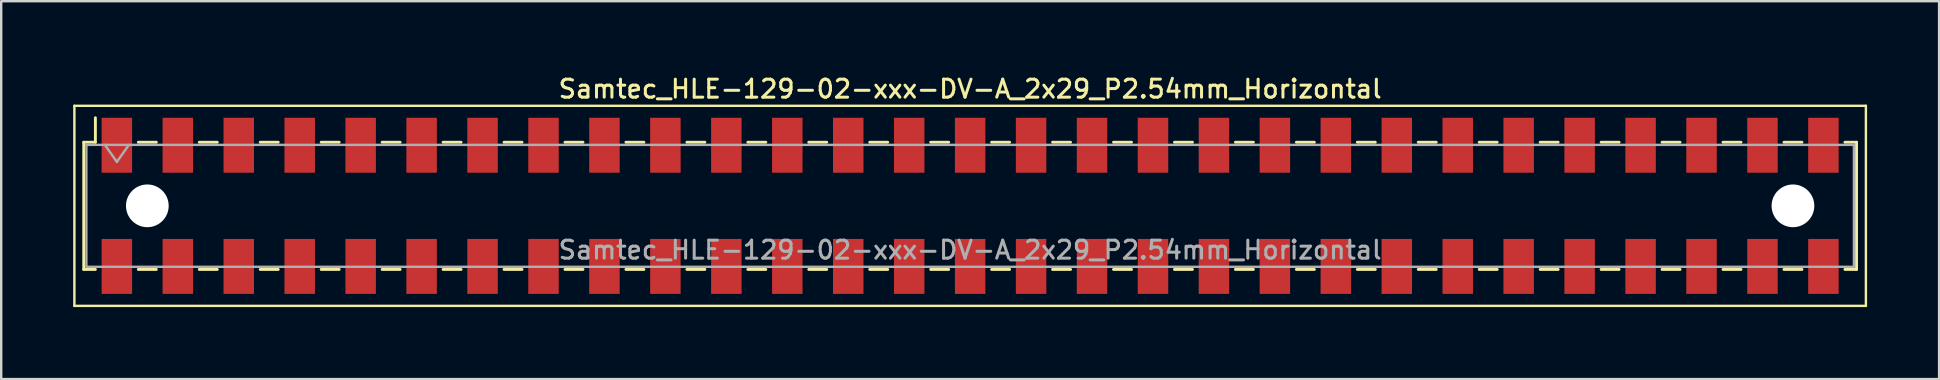
<source format=kicad_pcb>
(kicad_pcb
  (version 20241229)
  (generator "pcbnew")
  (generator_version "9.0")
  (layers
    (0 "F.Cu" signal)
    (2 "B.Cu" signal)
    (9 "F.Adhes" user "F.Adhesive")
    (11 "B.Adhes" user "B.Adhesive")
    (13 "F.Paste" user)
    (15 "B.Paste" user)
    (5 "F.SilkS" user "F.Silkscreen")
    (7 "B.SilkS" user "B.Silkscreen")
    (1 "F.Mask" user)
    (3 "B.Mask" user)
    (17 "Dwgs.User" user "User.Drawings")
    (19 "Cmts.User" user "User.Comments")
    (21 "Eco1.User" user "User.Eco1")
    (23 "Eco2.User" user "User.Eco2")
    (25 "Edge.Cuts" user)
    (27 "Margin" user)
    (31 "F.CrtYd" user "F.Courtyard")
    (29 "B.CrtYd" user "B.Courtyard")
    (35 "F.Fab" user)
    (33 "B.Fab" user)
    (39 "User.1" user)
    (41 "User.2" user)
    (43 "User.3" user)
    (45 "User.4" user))
  (footprint "Samtec_HLE-129-02-xxx-DV-A_2x29_P2.54mm_Horizontal"
    (layer "F.Cu")
    (at 37.38 5.528)
    (property "Reference" "Samtec_HLE-129-02-xxx-DV-A_2x29_P2.54mm_Horizontal" (at 0 -4.87 0) (layer "F.SilkS") (effects (font (size 0.75 0.75) (thickness 0.125))))
    (attr smd)
    (fp_line (start -37.33 -4.17) (end 37.33 -4.17) (stroke (width 0.1) (type solid)) (layer "F.SilkS"))
    (fp_line (start -37.33 4.17) (end -37.33 -4.17) (stroke (width 0.1) (type solid)) (layer "F.SilkS"))
    (fp_line (start -36.94 -2.65) (end -36.94 2.65) (stroke (width 0.12) (type solid)) (layer "F.SilkS"))
    (fp_line (start -36.94 2.65) (end -36.455 2.65) (stroke (width 0.12) (type solid)) (layer "F.SilkS"))
    (fp_line (start -36.455 -3.67) (end -36.455 -2.65) (stroke (width 0.12) (type solid)) (layer "F.SilkS"))
    (fp_line (start -36.455 -2.65) (end -36.94 -2.65) (stroke (width 0.12) (type solid)) (layer "F.SilkS"))
    (fp_line (start -34.665 -2.65) (end -33.915 -2.65) (stroke (width 0.12) (type solid)) (layer "F.SilkS"))
    (fp_line (start -34.665 2.65) (end -33.915 2.65) (stroke (width 0.12) (type solid)) (layer "F.SilkS"))
    (fp_line (start -32.125 -2.65) (end -31.375 -2.65) (stroke (width 0.12) (type solid)) (layer "F.SilkS"))
    (fp_line (start -32.125 2.65) (end -31.375 2.65) (stroke (width 0.12) (type solid)) (layer "F.SilkS"))
    (fp_line (start -29.585 -2.65) (end -28.835 -2.65) (stroke (width 0.12) (type solid)) (layer "F.SilkS"))
    (fp_line (start -29.585 2.65) (end -28.835 2.65) (stroke (width 0.12) (type solid)) (layer "F.SilkS"))
    (fp_line (start -27.045 -2.65) (end -26.295 -2.65) (stroke (width 0.12) (type solid)) (layer "F.SilkS"))
    (fp_line (start -27.045 2.65) (end -26.295 2.65) (stroke (width 0.12) (type solid)) (layer "F.SilkS"))
    (fp_line (start -24.505 -2.65) (end -23.755 -2.65) (stroke (width 0.12) (type solid)) (layer "F.SilkS"))
    (fp_line (start -24.505 2.65) (end -23.755 2.65) (stroke (width 0.12) (type solid)) (layer "F.SilkS"))
    (fp_line (start -21.965 -2.65) (end -21.215 -2.65) (stroke (width 0.12) (type solid)) (layer "F.SilkS"))
    (fp_line (start -21.965 2.65) (end -21.215 2.65) (stroke (width 0.12) (type solid)) (layer "F.SilkS"))
    (fp_line (start -19.425 -2.65) (end -18.675 -2.65) (stroke (width 0.12) (type solid)) (layer "F.SilkS"))
    (fp_line (start -19.425 2.65) (end -18.675 2.65) (stroke (width 0.12) (type solid)) (layer "F.SilkS"))
    (fp_line (start -16.885 -2.65) (end -16.135 -2.65) (stroke (width 0.12) (type solid)) (layer "F.SilkS"))
    (fp_line (start -16.885 2.65) (end -16.135 2.65) (stroke (width 0.12) (type solid)) (layer "F.SilkS"))
    (fp_line (start -14.345 -2.65) (end -13.595 -2.65) (stroke (width 0.12) (type solid)) (layer "F.SilkS"))
    (fp_line (start -14.345 2.65) (end -13.595 2.65) (stroke (width 0.12) (type solid)) (layer "F.SilkS"))
    (fp_line (start -11.805 -2.65) (end -11.055 -2.65) (stroke (width 0.12) (type solid)) (layer "F.SilkS"))
    (fp_line (start -11.805 2.65) (end -11.055 2.65) (stroke (width 0.12) (type solid)) (layer "F.SilkS"))
    (fp_line (start -9.265 -2.65) (end -8.515 -2.65) (stroke (width 0.12) (type solid)) (layer "F.SilkS"))
    (fp_line (start -9.265 2.65) (end -8.515 2.65) (stroke (width 0.12) (type solid)) (layer "F.SilkS"))
    (fp_line (start -6.725 -2.65) (end -5.975 -2.65) (stroke (width 0.12) (type solid)) (layer "F.SilkS"))
    (fp_line (start -6.725 2.65) (end -5.975 2.65) (stroke (width 0.12) (type solid)) (layer "F.SilkS"))
    (fp_line (start -4.185 -2.65) (end -3.435 -2.65) (stroke (width 0.12) (type solid)) (layer "F.SilkS"))
    (fp_line (start -4.185 2.65) (end -3.435 2.65) (stroke (width 0.12) (type solid)) (layer "F.SilkS"))
    (fp_line (start -1.645 -2.65) (end -0.895 -2.65) (stroke (width 0.12) (type solid)) (layer "F.SilkS"))
    (fp_line (start -1.645 2.65) (end -0.895 2.65) (stroke (width 0.12) (type solid)) (layer "F.SilkS"))
    (fp_line (start 0.895 -2.65) (end 1.645 -2.65) (stroke (width 0.12) (type solid)) (layer "F.SilkS"))
    (fp_line (start 0.895 2.65) (end 1.645 2.65) (stroke (width 0.12) (type solid)) (layer "F.SilkS"))
    (fp_line (start 3.435 -2.65) (end 4.185 -2.65) (stroke (width 0.12) (type solid)) (layer "F.SilkS"))
    (fp_line (start 3.435 2.65) (end 4.185 2.65) (stroke (width 0.12) (type solid)) (layer "F.SilkS"))
    (fp_line (start 5.975 -2.65) (end 6.725 -2.65) (stroke (width 0.12) (type solid)) (layer "F.SilkS"))
    (fp_line (start 5.975 2.65) (end 6.725 2.65) (stroke (width 0.12) (type solid)) (layer "F.SilkS"))
    (fp_line (start 8.515 -2.65) (end 9.265 -2.65) (stroke (width 0.12) (type solid)) (layer "F.SilkS"))
    (fp_line (start 8.515 2.65) (end 9.265 2.65) (stroke (width 0.12) (type solid)) (layer "F.SilkS"))
    (fp_line (start 11.055 -2.65) (end 11.805 -2.65) (stroke (width 0.12) (type solid)) (layer "F.SilkS"))
    (fp_line (start 11.055 2.65) (end 11.805 2.65) (stroke (width 0.12) (type solid)) (layer "F.SilkS"))
    (fp_line (start 13.595 -2.65) (end 14.345 -2.65) (stroke (width 0.12) (type solid)) (layer "F.SilkS"))
    (fp_line (start 13.595 2.65) (end 14.345 2.65) (stroke (width 0.12) (type solid)) (layer "F.SilkS"))
    (fp_line (start 16.135 -2.65) (end 16.885 -2.65) (stroke (width 0.12) (type solid)) (layer "F.SilkS"))
    (fp_line (start 16.135 2.65) (end 16.885 2.65) (stroke (width 0.12) (type solid)) (layer "F.SilkS"))
    (fp_line (start 18.675 -2.65) (end 19.425 -2.65) (stroke (width 0.12) (type solid)) (layer "F.SilkS"))
    (fp_line (start 18.675 2.65) (end 19.425 2.65) (stroke (width 0.12) (type solid)) (layer "F.SilkS"))
    (fp_line (start 21.215 -2.65) (end 21.965 -2.65) (stroke (width 0.12) (type solid)) (layer "F.SilkS"))
    (fp_line (start 21.215 2.65) (end 21.965 2.65) (stroke (width 0.12) (type solid)) (layer "F.SilkS"))
    (fp_line (start 23.755 -2.65) (end 24.505 -2.65) (stroke (width 0.12) (type solid)) (layer "F.SilkS"))
    (fp_line (start 23.755 2.65) (end 24.505 2.65) (stroke (width 0.12) (type solid)) (layer "F.SilkS"))
    (fp_line (start 26.295 -2.65) (end 27.045 -2.65) (stroke (width 0.12) (type solid)) (layer "F.SilkS"))
    (fp_line (start 26.295 2.65) (end 27.045 2.65) (stroke (width 0.12) (type solid)) (layer "F.SilkS"))
    (fp_line (start 28.835 -2.65) (end 29.585 -2.65) (stroke (width 0.12) (type solid)) (layer "F.SilkS"))
    (fp_line (start 28.835 2.65) (end 29.585 2.65) (stroke (width 0.12) (type solid)) (layer "F.SilkS"))
    (fp_line (start 31.375 -2.65) (end 32.125 -2.65) (stroke (width 0.12) (type solid)) (layer "F.SilkS"))
    (fp_line (start 31.375 2.65) (end 32.125 2.65) (stroke (width 0.12) (type solid)) (layer "F.SilkS"))
    (fp_line (start 33.915 -2.65) (end 34.665 -2.65) (stroke (width 0.12) (type solid)) (layer "F.SilkS"))
    (fp_line (start 33.915 2.65) (end 34.665 2.65) (stroke (width 0.12) (type solid)) (layer "F.SilkS"))
    (fp_line (start 36.455 -2.65) (end 36.94 -2.65) (stroke (width 0.12) (type solid)) (layer "F.SilkS"))
    (fp_line (start 36.94 -2.65) (end 36.94 2.65) (stroke (width 0.12) (type solid)) (layer "F.SilkS"))
    (fp_line (start 36.94 2.65) (end 36.455 2.65) (stroke (width 0.12) (type solid)) (layer "F.SilkS"))
    (fp_line (start 37.33 -4.17) (end 37.33 4.17) (stroke (width 0.1) (type solid)) (layer "F.SilkS"))
    (fp_line (start 37.33 4.17) (end -37.33 4.17) (stroke (width 0.1) (type solid)) (layer "F.SilkS"))
    (fp_line (start -36.83 -2.54) (end 36.83 -2.54) (stroke (width 0.1) (type solid)) (layer "F.Fab"))
    (fp_line (start -36.83 2.54) (end -36.83 -2.54) (stroke (width 0.1) (type solid)) (layer "F.Fab"))
    (fp_line (start -36.06 -2.54) (end -35.56 -1.833) (stroke (width 0.1) (type solid)) (layer "F.Fab"))
    (fp_line (start -35.56 -1.833) (end -35.06 -2.54) (stroke (width 0.1) (type solid)) (layer "F.Fab"))
    (fp_line (start 36.83 -2.54) (end 36.83 2.54) (stroke (width 0.1) (type solid)) (layer "F.Fab"))
    (fp_line (start 36.83 2.54) (end -36.83 2.54) (stroke (width 0.1) (type solid)) (layer "F.Fab"))
    (fp_text user "${REFERENCE}" (at 0 1.84 0) (layer "F.Fab") (effects (font (size 0.75 0.75) (thickness 0.125))))
    (pad "" np_thru_hole circle (at -34.29 0) (size 1.78 1.78) (drill 1.78) (layers "*.Cu" "*.Mask"))
    (pad "" np_thru_hole circle (at 34.29 0) (size 1.78 1.78) (drill 1.78) (layers "*.Cu" "*.Mask"))
    (pad "1" smd rect (at -35.56 -2.525) (size 1.27 2.29) (layers "F.Cu" "F.Mask" "F.Paste"))
    (pad "2" smd rect (at -35.56 2.525) (size 1.27 2.29) (layers "F.Cu" "F.Mask" "F.Paste"))
    (pad "3" smd rect (at -33.02 -2.525) (size 1.27 2.29) (layers "F.Cu" "F.Mask" "F.Paste"))
    (pad "4" smd rect (at -33.02 2.525) (size 1.27 2.29) (layers "F.Cu" "F.Mask" "F.Paste"))
    (pad "5" smd rect (at -30.48 -2.525) (size 1.27 2.29) (layers "F.Cu" "F.Mask" "F.Paste"))
    (pad "6" smd rect (at -30.48 2.525) (size 1.27 2.29) (layers "F.Cu" "F.Mask" "F.Paste"))
    (pad "7" smd rect (at -27.94 -2.525) (size 1.27 2.29) (layers "F.Cu" "F.Mask" "F.Paste"))
    (pad "8" smd rect (at -27.94 2.525) (size 1.27 2.29) (layers "F.Cu" "F.Mask" "F.Paste"))
    (pad "9" smd rect (at -25.4 -2.525) (size 1.27 2.29) (layers "F.Cu" "F.Mask" "F.Paste"))
    (pad "10" smd rect (at -25.4 2.525) (size 1.27 2.29) (layers "F.Cu" "F.Mask" "F.Paste"))
    (pad "11" smd rect (at -22.86 -2.525) (size 1.27 2.29) (layers "F.Cu" "F.Mask" "F.Paste"))
    (pad "12" smd rect (at -22.86 2.525) (size 1.27 2.29) (layers "F.Cu" "F.Mask" "F.Paste"))
    (pad "13" smd rect (at -20.32 -2.525) (size 1.27 2.29) (layers "F.Cu" "F.Mask" "F.Paste"))
    (pad "14" smd rect (at -20.32 2.525) (size 1.27 2.29) (layers "F.Cu" "F.Mask" "F.Paste"))
    (pad "15" smd rect (at -17.78 -2.525) (size 1.27 2.29) (layers "F.Cu" "F.Mask" "F.Paste"))
    (pad "16" smd rect (at -17.78 2.525) (size 1.27 2.29) (layers "F.Cu" "F.Mask" "F.Paste"))
    (pad "17" smd rect (at -15.24 -2.525) (size 1.27 2.29) (layers "F.Cu" "F.Mask" "F.Paste"))
    (pad "18" smd rect (at -15.24 2.525) (size 1.27 2.29) (layers "F.Cu" "F.Mask" "F.Paste"))
    (pad "19" smd rect (at -12.7 -2.525) (size 1.27 2.29) (layers "F.Cu" "F.Mask" "F.Paste"))
    (pad "20" smd rect (at -12.7 2.525) (size 1.27 2.29) (layers "F.Cu" "F.Mask" "F.Paste"))
    (pad "21" smd rect (at -10.16 -2.525) (size 1.27 2.29) (layers "F.Cu" "F.Mask" "F.Paste"))
    (pad "22" smd rect (at -10.16 2.525) (size 1.27 2.29) (layers "F.Cu" "F.Mask" "F.Paste"))
    (pad "23" smd rect (at -7.62 -2.525) (size 1.27 2.29) (layers "F.Cu" "F.Mask" "F.Paste"))
    (pad "24" smd rect (at -7.62 2.525) (size 1.27 2.29) (layers "F.Cu" "F.Mask" "F.Paste"))
    (pad "25" smd rect (at -5.08 -2.525) (size 1.27 2.29) (layers "F.Cu" "F.Mask" "F.Paste"))
    (pad "26" smd rect (at -5.08 2.525) (size 1.27 2.29) (layers "F.Cu" "F.Mask" "F.Paste"))
    (pad "27" smd rect (at -2.54 -2.525) (size 1.27 2.29) (layers "F.Cu" "F.Mask" "F.Paste"))
    (pad "28" smd rect (at -2.54 2.525) (size 1.27 2.29) (layers "F.Cu" "F.Mask" "F.Paste"))
    (pad "29" smd rect (at 0 -2.525) (size 1.27 2.29) (layers "F.Cu" "F.Mask" "F.Paste"))
    (pad "30" smd rect (at 0 2.525) (size 1.27 2.29) (layers "F.Cu" "F.Mask" "F.Paste"))
    (pad "31" smd rect (at 2.54 -2.525) (size 1.27 2.29) (layers "F.Cu" "F.Mask" "F.Paste"))
    (pad "32" smd rect (at 2.54 2.525) (size 1.27 2.29) (layers "F.Cu" "F.Mask" "F.Paste"))
    (pad "33" smd rect (at 5.08 -2.525) (size 1.27 2.29) (layers "F.Cu" "F.Mask" "F.Paste"))
    (pad "34" smd rect (at 5.08 2.525) (size 1.27 2.29) (layers "F.Cu" "F.Mask" "F.Paste"))
    (pad "35" smd rect (at 7.62 -2.525) (size 1.27 2.29) (layers "F.Cu" "F.Mask" "F.Paste"))
    (pad "36" smd rect (at 7.62 2.525) (size 1.27 2.29) (layers "F.Cu" "F.Mask" "F.Paste"))
    (pad "37" smd rect (at 10.16 -2.525) (size 1.27 2.29) (layers "F.Cu" "F.Mask" "F.Paste"))
    (pad "38" smd rect (at 10.16 2.525) (size 1.27 2.29) (layers "F.Cu" "F.Mask" "F.Paste"))
    (pad "39" smd rect (at 12.7 -2.525) (size 1.27 2.29) (layers "F.Cu" "F.Mask" "F.Paste"))
    (pad "40" smd rect (at 12.7 2.525) (size 1.27 2.29) (layers "F.Cu" "F.Mask" "F.Paste"))
    (pad "41" smd rect (at 15.24 -2.525) (size 1.27 2.29) (layers "F.Cu" "F.Mask" "F.Paste"))
    (pad "42" smd rect (at 15.24 2.525) (size 1.27 2.29) (layers "F.Cu" "F.Mask" "F.Paste"))
    (pad "43" smd rect (at 17.78 -2.525) (size 1.27 2.29) (layers "F.Cu" "F.Mask" "F.Paste"))
    (pad "44" smd rect (at 17.78 2.525) (size 1.27 2.29) (layers "F.Cu" "F.Mask" "F.Paste"))
    (pad "45" smd rect (at 20.32 -2.525) (size 1.27 2.29) (layers "F.Cu" "F.Mask" "F.Paste"))
    (pad "46" smd rect (at 20.32 2.525) (size 1.27 2.29) (layers "F.Cu" "F.Mask" "F.Paste"))
    (pad "47" smd rect (at 22.86 -2.525) (size 1.27 2.29) (layers "F.Cu" "F.Mask" "F.Paste"))
    (pad "48" smd rect (at 22.86 2.525) (size 1.27 2.29) (layers "F.Cu" "F.Mask" "F.Paste"))
    (pad "49" smd rect (at 25.4 -2.525) (size 1.27 2.29) (layers "F.Cu" "F.Mask" "F.Paste"))
    (pad "50" smd rect (at 25.4 2.525) (size 1.27 2.29) (layers "F.Cu" "F.Mask" "F.Paste"))
    (pad "51" smd rect (at 27.94 -2.525) (size 1.27 2.29) (layers "F.Cu" "F.Mask" "F.Paste"))
    (pad "52" smd rect (at 27.94 2.525) (size 1.27 2.29) (layers "F.Cu" "F.Mask" "F.Paste"))
    (pad "53" smd rect (at 30.48 -2.525) (size 1.27 2.29) (layers "F.Cu" "F.Mask" "F.Paste"))
    (pad "54" smd rect (at 30.48 2.525) (size 1.27 2.29) (layers "F.Cu" "F.Mask" "F.Paste"))
    (pad "55" smd rect (at 33.02 -2.525) (size 1.27 2.29) (layers "F.Cu" "F.Mask" "F.Paste"))
    (pad "56" smd rect (at 33.02 2.525) (size 1.27 2.29) (layers "F.Cu" "F.Mask" "F.Paste"))
    (pad "57" smd rect (at 35.56 -2.525) (size 1.27 2.29) (layers "F.Cu" "F.Mask" "F.Paste"))
    (pad "58" smd rect (at 35.56 2.525) (size 1.27 2.29) (layers "F.Cu" "F.Mask" "F.Paste")))
  (gr_rect
    (start -3 -3)
    (end 77.76 12.748)
    (stroke (width 0.1) (type default))
    (fill no)
    (layer "Edge.Cuts")))
</source>
